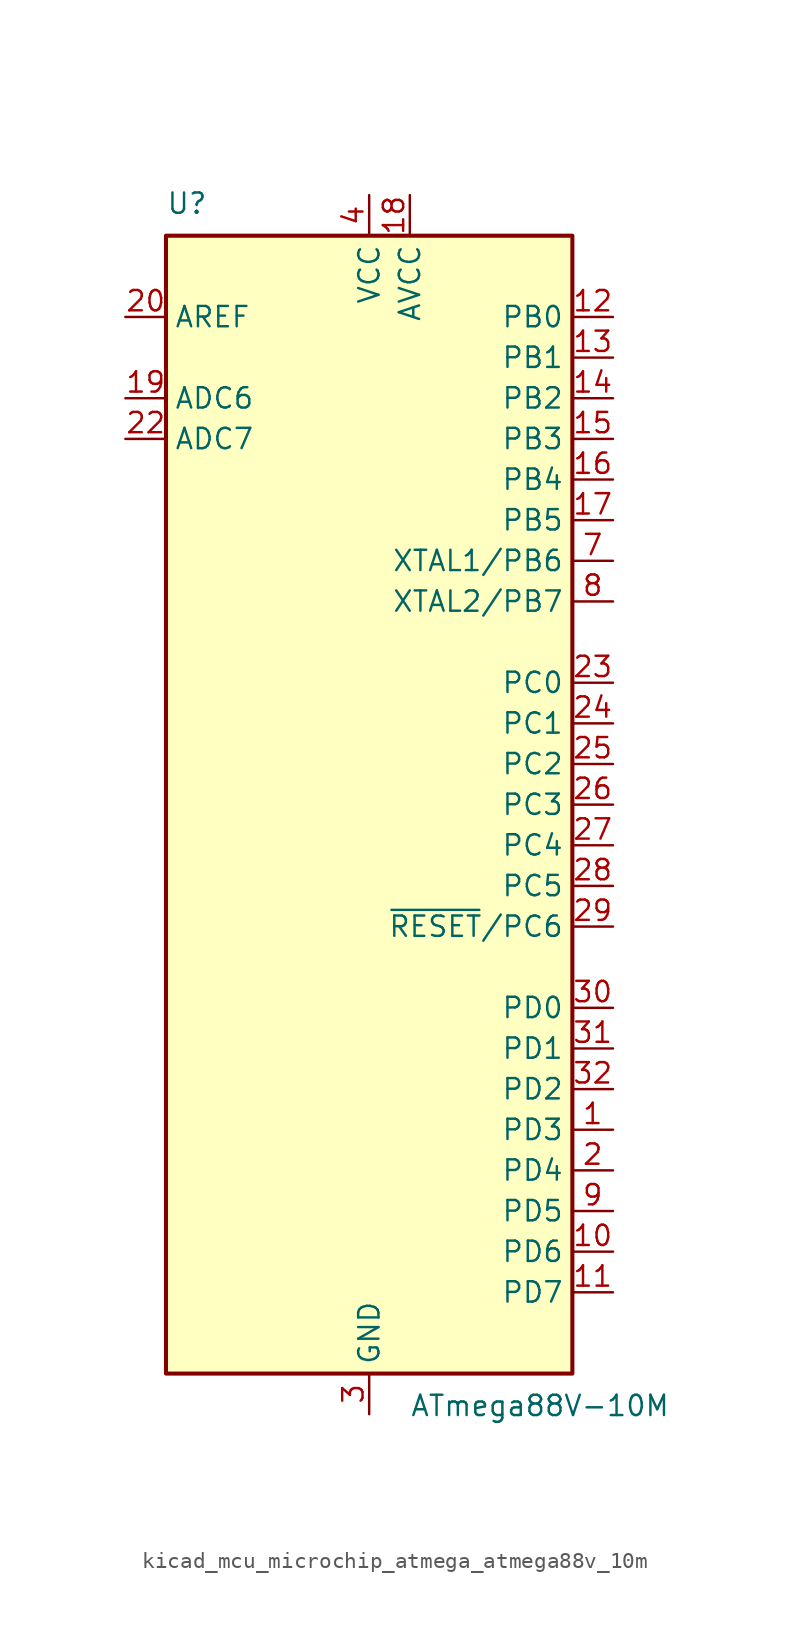
<source format=kicad_sym>
(kicad_symbol_lib
  (version 20220914)
  (generator kicad_symbol_editor)
  (symbol "kicad_mcu_microchip_atmega_atmega88v_10m"
    (property "Reference" "U"
      (at -12.7 36.83 0)
      (effects (font (size 1.27 1.27)) (justify left bottom)))
    (property "Value" "ATmega88V-10M"
      (at 2.54 -36.83 0)
      (effects (font (size 1.27 1.27)) (justify left top)))
    (symbol "kicad_mcu_microchip_atmega_atmega88v_10m_0_1"
      (rectangle (start -12.7 -35.56) (end 12.7 35.56) (stroke (width 0.254) (type default)) (fill (type background))))
    (symbol "kicad_mcu_microchip_atmega_atmega88v_10m_1_1"
      (pin bidirectional line (at 15.24 -20.32 180) (length 2.54) (name "PD3" (effects (font (size 1.27 1.27)))) (number "1" (effects (font (size 1.27 1.27)))))
      (pin bidirectional line (at 15.24 -27.94 180) (length 2.54) (name "PD6" (effects (font (size 1.27 1.27)))) (number "10" (effects (font (size 1.27 1.27)))))
      (pin bidirectional line (at 15.24 -30.48 180) (length 2.54) (name "PD7" (effects (font (size 1.27 1.27)))) (number "11" (effects (font (size 1.27 1.27)))))
      (pin bidirectional line (at 15.24 30.48 180) (length 2.54) (name "PB0" (effects (font (size 1.27 1.27)))) (number "12" (effects (font (size 1.27 1.27)))))
      (pin bidirectional line (at 15.24 27.94 180) (length 2.54) (name "PB1" (effects (font (size 1.27 1.27)))) (number "13" (effects (font (size 1.27 1.27)))))
      (pin bidirectional line (at 15.24 25.4 180) (length 2.54) (name "PB2" (effects (font (size 1.27 1.27)))) (number "14" (effects (font (size 1.27 1.27)))))
      (pin bidirectional line (at 15.24 22.86 180) (length 2.54) (name "PB3" (effects (font (size 1.27 1.27)))) (number "15" (effects (font (size 1.27 1.27)))))
      (pin bidirectional line (at 15.24 20.32 180) (length 2.54) (name "PB4" (effects (font (size 1.27 1.27)))) (number "16" (effects (font (size 1.27 1.27)))))
      (pin bidirectional line (at 15.24 17.78 180) (length 2.54) (name "PB5" (effects (font (size 1.27 1.27)))) (number "17" (effects (font (size 1.27 1.27)))))
      (pin power_in line (at 2.54 38.1 270) (length 2.54) (name "AVCC" (effects (font (size 1.27 1.27)))) (number "18" (effects (font (size 1.27 1.27)))))
      (pin input line (at -15.24 25.4 0) (length 2.54) (name "ADC6" (effects (font (size 1.27 1.27)))) (number "19" (effects (font (size 1.27 1.27)))))
      (pin bidirectional line (at 15.24 -22.86 180) (length 2.54) (name "PD4" (effects (font (size 1.27 1.27)))) (number "2" (effects (font (size 1.27 1.27)))))
      (pin passive line (at -15.24 30.48 0) (length 2.54) (name "AREF" (effects (font (size 1.27 1.27)))) (number "20" (effects (font (size 1.27 1.27)))))
      (pin passive line (at 0 -38.1 90) (length 2.54) hide (name "GND" (effects (font (size 1.27 1.27)))) (number "21" (effects (font (size 1.27 1.27)))))
      (pin input line (at -15.24 22.86 0) (length 2.54) (name "ADC7" (effects (font (size 1.27 1.27)))) (number "22" (effects (font (size 1.27 1.27)))))
      (pin bidirectional line (at 15.24 7.62 180) (length 2.54) (name "PC0" (effects (font (size 1.27 1.27)))) (number "23" (effects (font (size 1.27 1.27)))))
      (pin bidirectional line (at 15.24 5.08 180) (length 2.54) (name "PC1" (effects (font (size 1.27 1.27)))) (number "24" (effects (font (size 1.27 1.27)))))
      (pin bidirectional line (at 15.24 2.54 180) (length 2.54) (name "PC2" (effects (font (size 1.27 1.27)))) (number "25" (effects (font (size 1.27 1.27)))))
      (pin bidirectional line (at 15.24 0 180) (length 2.54) (name "PC3" (effects (font (size 1.27 1.27)))) (number "26" (effects (font (size 1.27 1.27)))))
      (pin bidirectional line (at 15.24 -2.54 180) (length 2.54) (name "PC4" (effects (font (size 1.27 1.27)))) (number "27" (effects (font (size 1.27 1.27)))))
      (pin bidirectional line (at 15.24 -5.08 180) (length 2.54) (name "PC5" (effects (font (size 1.27 1.27)))) (number "28" (effects (font (size 1.27 1.27)))))
      (pin bidirectional line (at 15.24 -7.62 180) (length 2.54) (name "~{RESET}/PC6" (effects (font (size 1.27 1.27)))) (number "29" (effects (font (size 1.27 1.27)))))
      (pin power_in line (at 0 -38.1 90) (length 2.54) (name "GND" (effects (font (size 1.27 1.27)))) (number "3" (effects (font (size 1.27 1.27)))))
      (pin bidirectional line (at 15.24 -12.7 180) (length 2.54) (name "PD0" (effects (font (size 1.27 1.27)))) (number "30" (effects (font (size 1.27 1.27)))))
      (pin bidirectional line (at 15.24 -15.24 180) (length 2.54) (name "PD1" (effects (font (size 1.27 1.27)))) (number "31" (effects (font (size 1.27 1.27)))))
      (pin bidirectional line (at 15.24 -17.78 180) (length 2.54) (name "PD2" (effects (font (size 1.27 1.27)))) (number "32" (effects (font (size 1.27 1.27)))))
      (pin passive line (at 0 -38.1 90) (length 2.54) hide (name "GND" (effects (font (size 1.27 1.27)))) (number "33" (effects (font (size 1.27 1.27)))))
      (pin power_in line (at 0 38.1 270) (length 2.54) (name "VCC" (effects (font (size 1.27 1.27)))) (number "4" (effects (font (size 1.27 1.27)))))
      (pin passive line (at 0 -38.1 90) (length 2.54) hide (name "GND" (effects (font (size 1.27 1.27)))) (number "5" (effects (font (size 1.27 1.27)))))
      (pin passive line (at 0 38.1 270) (length 2.54) hide (name "VCC" (effects (font (size 1.27 1.27)))) (number "6" (effects (font (size 1.27 1.27)))))
      (pin bidirectional line (at 15.24 15.24 180) (length 2.54) (name "XTAL1/PB6" (effects (font (size 1.27 1.27)))) (number "7" (effects (font (size 1.27 1.27)))))
      (pin bidirectional line (at 15.24 12.7 180) (length 2.54) (name "XTAL2/PB7" (effects (font (size 1.27 1.27)))) (number "8" (effects (font (size 1.27 1.27)))))
      (pin bidirectional line (at 15.24 -25.4 180) (length 2.54) (name "PD5" (effects (font (size 1.27 1.27)))) (number "9" (effects (font (size 1.27 1.27))))))))
</source>
